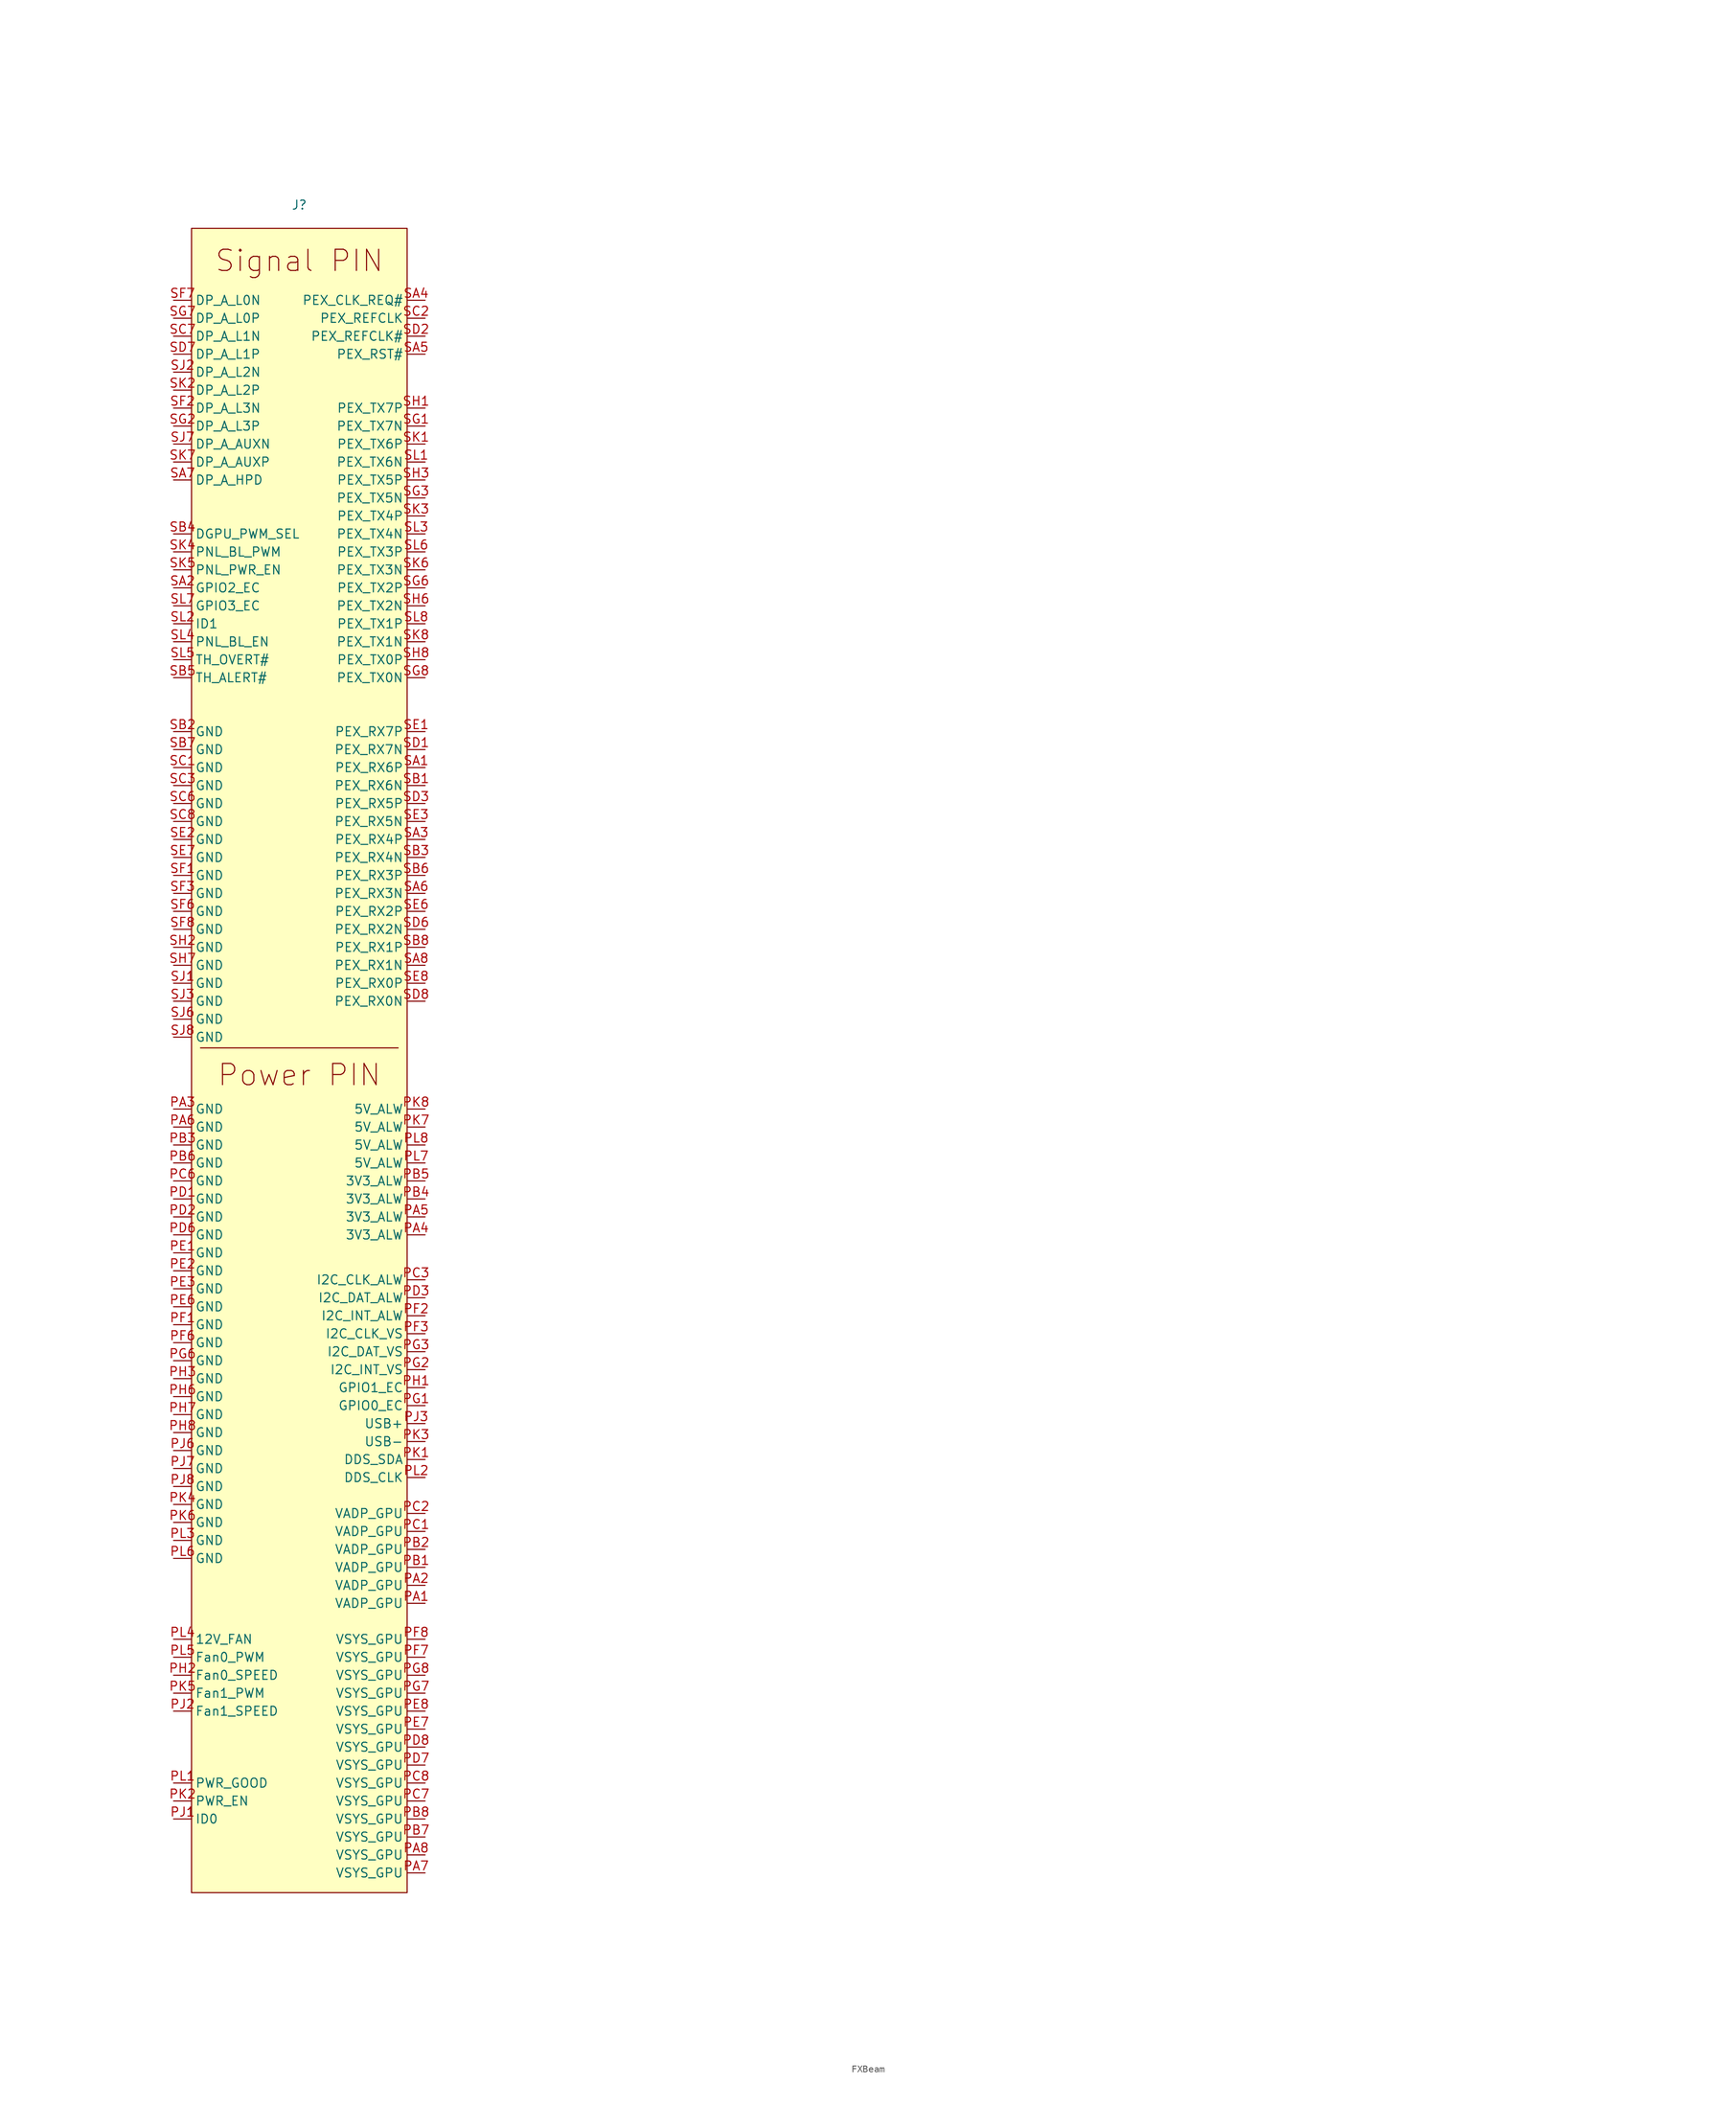
<source format=kicad_sym>
(kicad_symbol_lib
  (version 20241209)
  (generator "kicad_symbol_editor")
  (generator_version "9.0")
  (symbol "FXBeam"
    (property "Reference" "J"
      (at 0 118.872 0)
      (effects (font (size 1.27 1.27))))
    (property "Value" ""
      (at 179.07 -50.8 0)
      (effects (font (size 1.27 1.27))))
    (symbol "FXBeam_0_0"
      (pin unspecified line (at -17.78 105.41 0) (length 2.54) (name "DP_A_L0N" (effects (font (size 1.27 1.27)))) (number "SF7" (effects (font (size 1.27 1.27)))))
      (pin unspecified line (at -17.78 102.87 0) (length 2.54) (name "DP_A_L0P" (effects (font (size 1.27 1.27)))) (number "SG7" (effects (font (size 1.27 1.27)))))
      (pin unspecified line (at -17.78 100.33 0) (length 2.54) (name "DP_A_L1N" (effects (font (size 1.27 1.27)))) (number "SC7" (effects (font (size 1.27 1.27)))))
      (pin unspecified line (at -17.78 97.79 0) (length 2.54) (name "DP_A_L1P" (effects (font (size 1.27 1.27)))) (number "SD7" (effects (font (size 1.27 1.27)))))
      (pin unspecified line (at -17.78 95.25 0) (length 2.54) (name "DP_A_L2N" (effects (font (size 1.27 1.27)))) (number "SJ2" (effects (font (size 1.27 1.27)))))
      (pin unspecified line (at -17.78 92.71 0) (length 2.54) (name "DP_A_L2P" (effects (font (size 1.27 1.27)))) (number "SK2" (effects (font (size 1.27 1.27)))))
      (pin unspecified line (at -17.78 90.17 0) (length 2.54) (name "DP_A_L3N" (effects (font (size 1.27 1.27)))) (number "SF2" (effects (font (size 1.27 1.27)))))
      (pin unspecified line (at -17.78 87.63 0) (length 2.54) (name "DP_A_L3P" (effects (font (size 1.27 1.27)))) (number "SG2" (effects (font (size 1.27 1.27)))))
      (pin unspecified line (at -17.78 85.09 0) (length 2.54) (name "DP_A_AUXN" (effects (font (size 1.27 1.27)))) (number "SJ7" (effects (font (size 1.27 1.27)))))
      (pin unspecified line (at -17.78 82.55 0) (length 2.54) (name "DP_A_AUXP" (effects (font (size 1.27 1.27)))) (number "SK7" (effects (font (size 1.27 1.27)))))
      (pin unspecified line (at -17.78 80.01 0) (length 2.54) (name "DP_A_HPD" (effects (font (size 1.27 1.27)))) (number "SA7" (effects (font (size 1.27 1.27)))))
      (pin unspecified line (at -17.78 72.39 0) (length 2.54) (name "DGPU_PWM_SEL" (effects (font (size 1.27 1.27)))) (number "SB4" (effects (font (size 1.27 1.27)))))
      (pin unspecified line (at -17.78 69.85 0) (length 2.54) (name "PNL_BL_PWM" (effects (font (size 1.27 1.27)))) (number "SK4" (effects (font (size 1.27 1.27)))))
      (pin unspecified line (at -17.78 67.31 0) (length 2.54) (name "PNL_PWR_EN" (effects (font (size 1.27 1.27)))) (number "SK5" (effects (font (size 1.27 1.27)))))
      (pin unspecified line (at -17.78 64.77 0) (length 2.54) (name "GPIO2_EC" (effects (font (size 1.27 1.27)))) (number "SA2" (effects (font (size 1.27 1.27)))))
      (pin unspecified line (at -17.78 62.23 0) (length 2.54) (name "GPIO3_EC" (effects (font (size 1.27 1.27)))) (number "SL7" (effects (font (size 1.27 1.27)))))
      (pin unspecified line (at -17.78 59.69 0) (length 2.54) (name "ID1" (effects (font (size 1.27 1.27)))) (number "SL2" (effects (font (size 1.27 1.27)))))
      (pin unspecified line (at -17.78 57.15 0) (length 2.54) (name "PNL_BL_EN" (effects (font (size 1.27 1.27)))) (number "SL4" (effects (font (size 1.27 1.27)))))
      (pin unspecified line (at -17.78 54.61 0) (length 2.54) (name "TH_OVERT#" (effects (font (size 1.27 1.27)))) (number "SL5" (effects (font (size 1.27 1.27)))))
      (pin unspecified line (at -17.78 52.07 0) (length 2.54) (name "TH_ALERT#" (effects (font (size 1.27 1.27)))) (number "SB5" (effects (font (size 1.27 1.27)))))
      (pin unspecified line (at -17.78 44.45 0) (length 2.54) (name "GND" (effects (font (size 1.27 1.27)))) (number "SB2" (effects (font (size 1.27 1.27)))))
      (pin unspecified line (at -17.78 41.91 0) (length 2.54) (name "GND" (effects (font (size 1.27 1.27)))) (number "SB7" (effects (font (size 1.27 1.27)))))
      (pin unspecified line (at -17.78 39.37 0) (length 2.54) (name "GND" (effects (font (size 1.27 1.27)))) (number "SC1" (effects (font (size 1.27 1.27)))))
      (pin unspecified line (at -17.78 36.83 0) (length 2.54) (name "GND" (effects (font (size 1.27 1.27)))) (number "SC3" (effects (font (size 1.27 1.27)))))
      (pin unspecified line (at -17.78 34.29 0) (length 2.54) (name "GND" (effects (font (size 1.27 1.27)))) (number "SC6" (effects (font (size 1.27 1.27)))))
      (pin unspecified line (at -17.78 31.75 0) (length 2.54) (name "GND" (effects (font (size 1.27 1.27)))) (number "SC8" (effects (font (size 1.27 1.27)))))
      (pin unspecified line (at -17.78 29.21 0) (length 2.54) (name "GND" (effects (font (size 1.27 1.27)))) (number "SE2" (effects (font (size 1.27 1.27)))))
      (pin unspecified line (at -17.78 26.67 0) (length 2.54) (name "GND" (effects (font (size 1.27 1.27)))) (number "SE7" (effects (font (size 1.27 1.27)))))
      (pin unspecified line (at -17.78 24.13 0) (length 2.54) (name "GND" (effects (font (size 1.27 1.27)))) (number "SF1" (effects (font (size 1.27 1.27)))))
      (pin unspecified line (at -17.78 21.59 0) (length 2.54) (name "GND" (effects (font (size 1.27 1.27)))) (number "SF3" (effects (font (size 1.27 1.27)))))
      (pin unspecified line (at -17.78 19.05 0) (length 2.54) (name "GND" (effects (font (size 1.27 1.27)))) (number "SF6" (effects (font (size 1.27 1.27)))))
      (pin unspecified line (at -17.78 16.51 0) (length 2.54) (name "GND" (effects (font (size 1.27 1.27)))) (number "SF8" (effects (font (size 1.27 1.27)))))
      (pin unspecified line (at -17.78 13.97 0) (length 2.54) (name "GND" (effects (font (size 1.27 1.27)))) (number "SH2" (effects (font (size 1.27 1.27)))))
      (pin unspecified line (at -17.78 11.43 0) (length 2.54) (name "GND" (effects (font (size 1.27 1.27)))) (number "SH7" (effects (font (size 1.27 1.27)))))
      (pin unspecified line (at -17.78 8.89 0) (length 2.54) (name "GND" (effects (font (size 1.27 1.27)))) (number "SJ1" (effects (font (size 1.27 1.27)))))
      (pin unspecified line (at -17.78 6.35 0) (length 2.54) (name "GND" (effects (font (size 1.27 1.27)))) (number "SJ3" (effects (font (size 1.27 1.27)))))
      (pin unspecified line (at -17.78 3.81 0) (length 2.54) (name "GND" (effects (font (size 1.27 1.27)))) (number "SJ6" (effects (font (size 1.27 1.27)))))
      (pin unspecified line (at -17.78 1.27 0) (length 2.54) (name "GND" (effects (font (size 1.27 1.27)))) (number "SJ8" (effects (font (size 1.27 1.27)))))
      (pin unspecified line (at -17.78 -19.05 0) (length 2.54) (name "GND" (effects (font (size 1.27 1.27)))) (number "PC6" (effects (font (size 1.27 1.27)))))
      (pin unspecified line (at -17.78 -21.59 0) (length 2.54) (name "GND" (effects (font (size 1.27 1.27)))) (number "PD1" (effects (font (size 1.27 1.27)))))
      (pin unspecified line (at -17.78 -24.13 0) (length 2.54) (name "GND" (effects (font (size 1.27 1.27)))) (number "PD2" (effects (font (size 1.27 1.27)))))
      (pin unspecified line (at -17.78 -26.67 0) (length 2.54) (name "GND" (effects (font (size 1.27 1.27)))) (number "PD6" (effects (font (size 1.27 1.27)))))
      (pin unspecified line (at -17.78 -29.21 0) (length 2.54) (name "GND" (effects (font (size 1.27 1.27)))) (number "PE1" (effects (font (size 1.27 1.27)))))
      (pin unspecified line (at -17.78 -31.75 0) (length 2.54) (name "GND" (effects (font (size 1.27 1.27)))) (number "PE2" (effects (font (size 1.27 1.27)))))
      (pin unspecified line (at -17.78 -34.29 0) (length 2.54) (name "GND" (effects (font (size 1.27 1.27)))) (number "PE3" (effects (font (size 1.27 1.27)))))
      (pin unspecified line (at -17.78 -36.83 0) (length 2.54) (name "GND" (effects (font (size 1.27 1.27)))) (number "PE6" (effects (font (size 1.27 1.27)))))
      (pin unspecified line (at -17.78 -39.37 0) (length 2.54) (name "GND" (effects (font (size 1.27 1.27)))) (number "PF1" (effects (font (size 1.27 1.27)))))
      (pin unspecified line (at -17.78 -41.91 0) (length 2.54) (name "GND" (effects (font (size 1.27 1.27)))) (number "PF6" (effects (font (size 1.27 1.27)))))
      (pin unspecified line (at -17.78 -44.45 0) (length 2.54) (name "GND" (effects (font (size 1.27 1.27)))) (number "PG6" (effects (font (size 1.27 1.27)))))
      (pin unspecified line (at -17.78 -46.99 0) (length 2.54) (name "GND" (effects (font (size 1.27 1.27)))) (number "PH3" (effects (font (size 1.27 1.27)))))
      (pin unspecified line (at -17.78 -49.53 0) (length 2.54) (name "GND" (effects (font (size 1.27 1.27)))) (number "PH6" (effects (font (size 1.27 1.27)))))
      (pin unspecified line (at -17.78 -52.07 0) (length 2.54) (name "GND" (effects (font (size 1.27 1.27)))) (number "PH7" (effects (font (size 1.27 1.27)))))
      (pin unspecified line (at -17.78 -54.61 0) (length 2.54) (name "GND" (effects (font (size 1.27 1.27)))) (number "PH8" (effects (font (size 1.27 1.27)))))
      (pin unspecified line (at -17.78 -57.15 0) (length 2.54) (name "GND" (effects (font (size 1.27 1.27)))) (number "PJ6" (effects (font (size 1.27 1.27)))))
      (pin unspecified line (at -17.78 -59.69 0) (length 2.54) (name "GND" (effects (font (size 1.27 1.27)))) (number "PJ7" (effects (font (size 1.27 1.27)))))
      (pin unspecified line (at -17.78 -62.23 0) (length 2.54) (name "GND" (effects (font (size 1.27 1.27)))) (number "PJ8" (effects (font (size 1.27 1.27)))))
      (pin unspecified line (at -17.78 -64.77 0) (length 2.54) (name "GND" (effects (font (size 1.27 1.27)))) (number "PK4" (effects (font (size 1.27 1.27)))))
      (pin unspecified line (at -17.78 -67.31 0) (length 2.54) (name "GND" (effects (font (size 1.27 1.27)))) (number "PK6" (effects (font (size 1.27 1.27)))))
      (pin unspecified line (at -17.78 -69.85 0) (length 2.54) (name "GND" (effects (font (size 1.27 1.27)))) (number "PL3" (effects (font (size 1.27 1.27)))))
      (pin unspecified line (at -17.78 -72.39 0) (length 2.54) (name "GND" (effects (font (size 1.27 1.27)))) (number "PL6" (effects (font (size 1.27 1.27)))))
      (pin input line (at -17.78 -86.36 0) (length 2.54) (name "Fan0_PWM" (effects (font (size 1.27 1.27)))) (number "PL5" (effects (font (size 1.27 1.27)))))
      (pin output line (at -17.78 -88.9 0) (length 2.54) (name "Fan0_SPEED" (effects (font (size 1.27 1.27)))) (number "PH2" (effects (font (size 1.27 1.27)))))
      (pin input line (at -17.78 -91.44 0) (length 2.54) (name "Fan1_PWM" (effects (font (size 1.27 1.27)))) (number "PK5" (effects (font (size 1.27 1.27)))))
      (pin output line (at -17.78 -93.98 0) (length 2.54) (name "Fan1_SPEED" (effects (font (size 1.27 1.27)))) (number "PJ2" (effects (font (size 1.27 1.27)))))
      (pin output line (at -17.78 -104.14 0) (length 2.54) (name "PWR_GOOD" (effects (font (size 1.27 1.27)))) (number "PL1" (effects (font (size 1.27 1.27)))))
      (pin input line (at -17.78 -106.68 0) (length 2.54) (name "PWR_EN" (effects (font (size 1.27 1.27)))) (number "PK2" (effects (font (size 1.27 1.27)))))
      (pin output line (at -17.78 -109.22 0) (length 2.54) (name "ID0" (effects (font (size 1.27 1.27)))) (number "PJ1" (effects (font (size 1.27 1.27)))))
      (pin unspecified line (at 17.78 105.41 180) (length 2.54) (name "PEX_CLK_REQ#" (effects (font (size 1.27 1.27)))) (number "SA4" (effects (font (size 1.27 1.27)))))
      (pin unspecified line (at 17.78 102.87 180) (length 2.54) (name "PEX_REFCLK" (effects (font (size 1.27 1.27)))) (number "SC2" (effects (font (size 1.27 1.27)))))
      (pin unspecified line (at 17.78 100.33 180) (length 2.54) (name "PEX_REFCLK#" (effects (font (size 1.27 1.27)))) (number "SD2" (effects (font (size 1.27 1.27)))))
      (pin unspecified line (at 17.78 97.79 180) (length 2.54) (name "PEX_RST#" (effects (font (size 1.27 1.27)))) (number "SA5" (effects (font (size 1.27 1.27)))))
      (pin unspecified line (at 17.78 90.17 180) (length 2.54) (name "PEX_TX7P" (effects (font (size 1.27 1.27)))) (number "SH1" (effects (font (size 1.27 1.27)))))
      (pin unspecified line (at 17.78 87.63 180) (length 2.54) (name "PEX_TX7N" (effects (font (size 1.27 1.27)))) (number "SG1" (effects (font (size 1.27 1.27)))))
      (pin unspecified line (at 17.78 85.09 180) (length 2.54) (name "PEX_TX6P" (effects (font (size 1.27 1.27)))) (number "SK1" (effects (font (size 1.27 1.27)))))
      (pin unspecified line (at 17.78 82.55 180) (length 2.54) (name "PEX_TX6N" (effects (font (size 1.27 1.27)))) (number "SL1" (effects (font (size 1.27 1.27)))))
      (pin unspecified line (at 17.78 80.01 180) (length 2.54) (name "PEX_TX5P" (effects (font (size 1.27 1.27)))) (number "SH3" (effects (font (size 1.27 1.27)))))
      (pin unspecified line (at 17.78 77.47 180) (length 2.54) (name "PEX_TX5N" (effects (font (size 1.27 1.27)))) (number "SG3" (effects (font (size 1.27 1.27)))))
      (pin unspecified line (at 17.78 74.93 180) (length 2.54) (name "PEX_TX4P" (effects (font (size 1.27 1.27)))) (number "SK3" (effects (font (size 1.27 1.27)))))
      (pin unspecified line (at 17.78 72.39 180) (length 2.54) (name "PEX_TX4N" (effects (font (size 1.27 1.27)))) (number "SL3" (effects (font (size 1.27 1.27)))))
      (pin unspecified line (at 17.78 69.85 180) (length 2.54) (name "PEX_TX3P" (effects (font (size 1.27 1.27)))) (number "SL6" (effects (font (size 1.27 1.27)))))
      (pin unspecified line (at 17.78 67.31 180) (length 2.54) (name "PEX_TX3N" (effects (font (size 1.27 1.27)))) (number "SK6" (effects (font (size 1.27 1.27)))))
      (pin unspecified line (at 17.78 64.77 180) (length 2.54) (name "PEX_TX2P" (effects (font (size 1.27 1.27)))) (number "SG6" (effects (font (size 1.27 1.27)))))
      (pin unspecified line (at 17.78 62.23 180) (length 2.54) (name "PEX_TX2N" (effects (font (size 1.27 1.27)))) (number "SH6" (effects (font (size 1.27 1.27)))))
      (pin unspecified line (at 17.78 59.69 180) (length 2.54) (name "PEX_TX1P" (effects (font (size 1.27 1.27)))) (number "SL8" (effects (font (size 1.27 1.27)))))
      (pin unspecified line (at 17.78 57.15 180) (length 2.54) (name "PEX_TX1N" (effects (font (size 1.27 1.27)))) (number "SK8" (effects (font (size 1.27 1.27)))))
      (pin unspecified line (at 17.78 44.45 180) (length 2.54) (name "PEX_RX7P" (effects (font (size 1.27 1.27)))) (number "SE1" (effects (font (size 1.27 1.27)))))
      (pin unspecified line (at 17.78 41.91 180) (length 2.54) (name "PEX_RX7N" (effects (font (size 1.27 1.27)))) (number "SD1" (effects (font (size 1.27 1.27)))))
      (pin unspecified line (at 17.78 39.37 180) (length 2.54) (name "PEX_RX6P" (effects (font (size 1.27 1.27)))) (number "SA1" (effects (font (size 1.27 1.27)))))
      (pin unspecified line (at 17.78 36.83 180) (length 2.54) (name "PEX_RX6N" (effects (font (size 1.27 1.27)))) (number "SB1" (effects (font (size 1.27 1.27)))))
      (pin unspecified line (at 17.78 34.29 180) (length 2.54) (name "PEX_RX5P" (effects (font (size 1.27 1.27)))) (number "SD3" (effects (font (size 1.27 1.27)))))
      (pin unspecified line (at 17.78 31.75 180) (length 2.54) (name "PEX_RX5N" (effects (font (size 1.27 1.27)))) (number "SE3" (effects (font (size 1.27 1.27)))))
      (pin unspecified line (at 17.78 29.21 180) (length 2.54) (name "PEX_RX4P" (effects (font (size 1.27 1.27)))) (number "SA3" (effects (font (size 1.27 1.27)))))
      (pin unspecified line (at 17.78 26.67 180) (length 2.54) (name "PEX_RX4N" (effects (font (size 1.27 1.27)))) (number "SB3" (effects (font (size 1.27 1.27)))))
      (pin unspecified line (at 17.78 24.13 180) (length 2.54) (name "PEX_RX3P" (effects (font (size 1.27 1.27)))) (number "SB6" (effects (font (size 1.27 1.27)))))
      (pin unspecified line (at 17.78 21.59 180) (length 2.54) (name "PEX_RX3N" (effects (font (size 1.27 1.27)))) (number "SA6" (effects (font (size 1.27 1.27)))))
      (pin unspecified line (at 17.78 19.05 180) (length 2.54) (name "PEX_RX2P" (effects (font (size 1.27 1.27)))) (number "SE6" (effects (font (size 1.27 1.27)))))
      (pin unspecified line (at 17.78 16.51 180) (length 2.54) (name "PEX_RX2N" (effects (font (size 1.27 1.27)))) (number "SD6" (effects (font (size 1.27 1.27)))))
      (pin unspecified line (at 17.78 13.97 180) (length 2.54) (name "PEX_RX1P" (effects (font (size 1.27 1.27)))) (number "SB8" (effects (font (size 1.27 1.27)))))
      (pin unspecified line (at 17.78 11.43 180) (length 2.54) (name "PEX_RX1N" (effects (font (size 1.27 1.27)))) (number "SA8" (effects (font (size 1.27 1.27)))))
      (pin bidirectional line (at 17.78 -33.02 180) (length 2.54) (name "I2C_CLK_ALW" (effects (font (size 1.27 1.27)))) (number "PC3" (effects (font (size 1.27 1.27)))))
      (pin bidirectional line (at 17.78 -35.56 180) (length 2.54) (name "I2C_DAT_ALW" (effects (font (size 1.27 1.27)))) (number "PD3" (effects (font (size 1.27 1.27)))))
      (pin bidirectional line (at 17.78 -38.1 180) (length 2.54) (name "I2C_INT_ALW" (effects (font (size 1.27 1.27)))) (number "PF2" (effects (font (size 1.27 1.27)))))
      (pin bidirectional line (at 17.78 -40.64 180) (length 2.54) (name "I2C_CLK_VS" (effects (font (size 1.27 1.27)))) (number "PF3" (effects (font (size 1.27 1.27)))))
      (pin unspecified line (at 17.78 -43.18 180) (length 2.54) (name "I2C_DAT_VS" (effects (font (size 1.27 1.27)))) (number "PG3" (effects (font (size 1.27 1.27)))))
      (pin unspecified line (at 17.78 -45.72 180) (length 2.54) (name "I2C_INT_VS" (effects (font (size 1.27 1.27)))) (number "PG2" (effects (font (size 1.27 1.27)))))
      (pin unspecified line (at 17.78 -48.26 180) (length 2.54) (name "GPIO1_EC" (effects (font (size 1.27 1.27)))) (number "PH1" (effects (font (size 1.27 1.27)))))
      (pin unspecified line (at 17.78 -50.8 180) (length 2.54) (name "GPIO0_EC" (effects (font (size 1.27 1.27)))) (number "PG1" (effects (font (size 1.27 1.27)))))
      (pin bidirectional line (at 17.78 -53.34 180) (length 2.54) (name "USB+" (effects (font (size 1.27 1.27)))) (number "PJ3" (effects (font (size 1.27 1.27)))))
      (pin bidirectional line (at 17.78 -55.88 180) (length 2.54) (name "USB-" (effects (font (size 1.27 1.27)))) (number "PK3" (effects (font (size 1.27 1.27)))))
      (pin input line (at 17.78 -58.42 180) (length 2.54) (name "DDS_SDA" (effects (font (size 1.27 1.27)))) (number "PK1" (effects (font (size 1.27 1.27)))))
      (pin bidirectional line (at 17.78 -60.96 180) (length 2.54) (name "DDS_CLK" (effects (font (size 1.27 1.27)))) (number "PL2" (effects (font (size 1.27 1.27)))))
      (pin power_out line (at 17.78 -66.04 180) (length 2.54) (name "VADP_GPU" (effects (font (size 1.27 1.27)))) (number "PC2" (effects (font (size 1.27 1.27)))))
      (pin power_out line (at 17.78 -68.58 180) (length 2.54) (name "VADP_GPU" (effects (font (size 1.27 1.27)))) (number "PC1" (effects (font (size 1.27 1.27)))))
      (pin power_in line (at 17.78 -71.12 180) (length 2.54) (name "VADP_GPU" (effects (font (size 1.27 1.27)))) (number "PB2" (effects (font (size 1.27 1.27)))))
      (pin power_in line (at 17.78 -73.66 180) (length 2.54) (name "VADP_GPU" (effects (font (size 1.27 1.27)))) (number "PB1" (effects (font (size 1.27 1.27)))))
      (pin power_out line (at 17.78 -76.2 180) (length 2.54) (name "VADP_GPU" (effects (font (size 1.27 1.27)))) (number "PA2" (effects (font (size 1.27 1.27)))))
      (pin power_out line (at 17.78 -78.74 180) (length 2.54) (name "VADP_GPU" (effects (font (size 1.27 1.27)))) (number "PA1" (effects (font (size 1.27 1.27))))))
    (symbol "FXBeam_1_0"
      (pin unspecified line (at -17.78 -8.89 0) (length 2.54) (name "GND" (effects (font (size 1.27 1.27)))) (number "PA3" (effects (font (size 1.27 1.27)))))
      (pin unspecified line (at -17.78 -11.43 0) (length 2.54) (name "GND" (effects (font (size 1.27 1.27)))) (number "PA6" (effects (font (size 1.27 1.27)))))
      (pin unspecified line (at -17.78 -13.97 0) (length 2.54) (name "GND" (effects (font (size 1.27 1.27)))) (number "PB3" (effects (font (size 1.27 1.27)))))
      (pin unspecified line (at -17.78 -16.51 0) (length 2.54) (name "GND" (effects (font (size 1.27 1.27)))) (number "PB6" (effects (font (size 1.27 1.27)))))
      (pin power_out line (at -17.78 -83.82 0) (length 2.54) (name "12V_FAN" (effects (font (size 1.27 1.27)))) (number "PL4" (effects (font (size 1.27 1.27)))))
      (pin input line (at 17.78 54.61 180) (length 2.54) (name "PEX_TX0P" (effects (font (size 1.27 1.27)))) (number "SH8" (effects (font (size 1.27 1.27)))))
      (pin input line (at 17.78 52.07 180) (length 2.54) (name "PEX_TX0N" (effects (font (size 1.27 1.27)))) (number "SG8" (effects (font (size 1.27 1.27)))))
      (pin output line (at 17.78 8.89 180) (length 2.54) (name "PEX_RX0P" (effects (font (size 1.27 1.27)))) (number "SE8" (effects (font (size 1.27 1.27)))))
      (pin output line (at 17.78 6.35 180) (length 2.54) (name "PEX_RX0N" (effects (font (size 1.27 1.27)))) (number "SD8" (effects (font (size 1.27 1.27)))))
      (pin power_out line (at 17.78 -8.89 180) (length 2.54) (name "5V_ALW" (effects (font (size 1.27 1.27)))) (number "PK8" (effects (font (size 1.27 1.27)))))
      (pin unspecified line (at 17.78 -11.43 180) (length 2.54) (name "5V_ALW" (effects (font (size 1.27 1.27)))) (number "PK7" (effects (font (size 1.27 1.27)))))
      (pin unspecified line (at 17.78 -13.97 180) (length 2.54) (name "5V_ALW" (effects (font (size 1.27 1.27)))) (number "PL8" (effects (font (size 1.27 1.27)))))
      (pin unspecified line (at 17.78 -16.51 180) (length 2.54) (name "5V_ALW" (effects (font (size 1.27 1.27)))) (number "PL7" (effects (font (size 1.27 1.27)))))
      (pin power_out line (at 17.78 -19.05 180) (length 2.54) (name "3V3_ALW" (effects (font (size 1.27 1.27)))) (number "PB5" (effects (font (size 1.27 1.27)))))
      (pin unspecified line (at 17.78 -21.59 180) (length 2.54) (name "3V3_ALW" (effects (font (size 1.27 1.27)))) (number "PB4" (effects (font (size 1.27 1.27)))))
      (pin unspecified line (at 17.78 -24.13 180) (length 2.54) (name "3V3_ALW" (effects (font (size 1.27 1.27)))) (number "PA5" (effects (font (size 1.27 1.27)))))
      (pin unspecified line (at 17.78 -26.67 180) (length 2.54) (name "3V3_ALW" (effects (font (size 1.27 1.27)))) (number "PA4" (effects (font (size 1.27 1.27)))))
      (pin power_out line (at 17.78 -83.82 180) (length 2.54) (name "VSYS_GPU" (effects (font (size 1.27 1.27)))) (number "PF8" (effects (font (size 1.27 1.27)))))
      (pin power_out line (at 17.78 -86.36 180) (length 2.54) (name "VSYS_GPU" (effects (font (size 1.27 1.27)))) (number "PF7" (effects (font (size 1.27 1.27)))))
      (pin power_out line (at 17.78 -88.9 180) (length 2.54) (name "VSYS_GPU" (effects (font (size 1.27 1.27)))) (number "PG8" (effects (font (size 1.27 1.27)))))
      (pin power_out line (at 17.78 -91.44 180) (length 2.54) (name "VSYS_GPU" (effects (font (size 1.27 1.27)))) (number "PG7" (effects (font (size 1.27 1.27)))))
      (pin power_out line (at 17.78 -93.98 180) (length 2.54) (name "VSYS_GPU" (effects (font (size 1.27 1.27)))) (number "PE8" (effects (font (size 1.27 1.27)))))
      (pin power_out line (at 17.78 -96.52 180) (length 2.54) (name "VSYS_GPU" (effects (font (size 1.27 1.27)))) (number "PE7" (effects (font (size 1.27 1.27)))))
      (pin power_out line (at 17.78 -99.06 180) (length 2.54) (name "VSYS_GPU" (effects (font (size 1.27 1.27)))) (number "PD8" (effects (font (size 1.27 1.27)))))
      (pin power_out line (at 17.78 -101.6 180) (length 2.54) (name "VSYS_GPU" (effects (font (size 1.27 1.27)))) (number "PD7" (effects (font (size 1.27 1.27)))))
      (pin power_out line (at 17.78 -104.14 180) (length 2.54) (name "VSYS_GPU" (effects (font (size 1.27 1.27)))) (number "PC8" (effects (font (size 1.27 1.27)))))
      (pin power_out line (at 17.78 -106.68 180) (length 2.54) (name "VSYS_GPU" (effects (font (size 1.27 1.27)))) (number "PC7" (effects (font (size 1.27 1.27)))))
      (pin power_out line (at 17.78 -109.22 180) (length 2.54) (name "VSYS_GPU" (effects (font (size 1.27 1.27)))) (number "PB8" (effects (font (size 1.27 1.27)))))
      (pin power_out line (at 17.78 -111.76 180) (length 2.54) (name "VSYS_GPU" (effects (font (size 1.27 1.27)))) (number "PB7" (effects (font (size 1.27 1.27)))))
      (pin power_out line (at 17.78 -114.3 180) (length 2.54) (name "VSYS_GPU" (effects (font (size 1.27 1.27)))) (number "PA8" (effects (font (size 1.27 1.27)))))
      (pin power_out line (at 17.78 -116.84 180) (length 2.54) (name "VSYS_GPU" (effects (font (size 1.27 1.27)))) (number "PA7" (effects (font (size 1.27 1.27))))))
    (symbol "FXBeam_1_1"
      (rectangle (start -15.24 115.57) (end 15.24 -119.634) (stroke (width 0) (type solid)) (fill (type background)))
      (polyline (pts (xy -13.97 -0.254) (xy 13.97 -0.254)) (stroke (width 0) (type default)) (fill (type none)))
      (text "Signal PIN" (at 0 110.998 0) (effects (font (size 3 3))))
      (text "Power PIN" (at 0 -4.064 0) (effects (font (size 3 3)))))))
</source>
